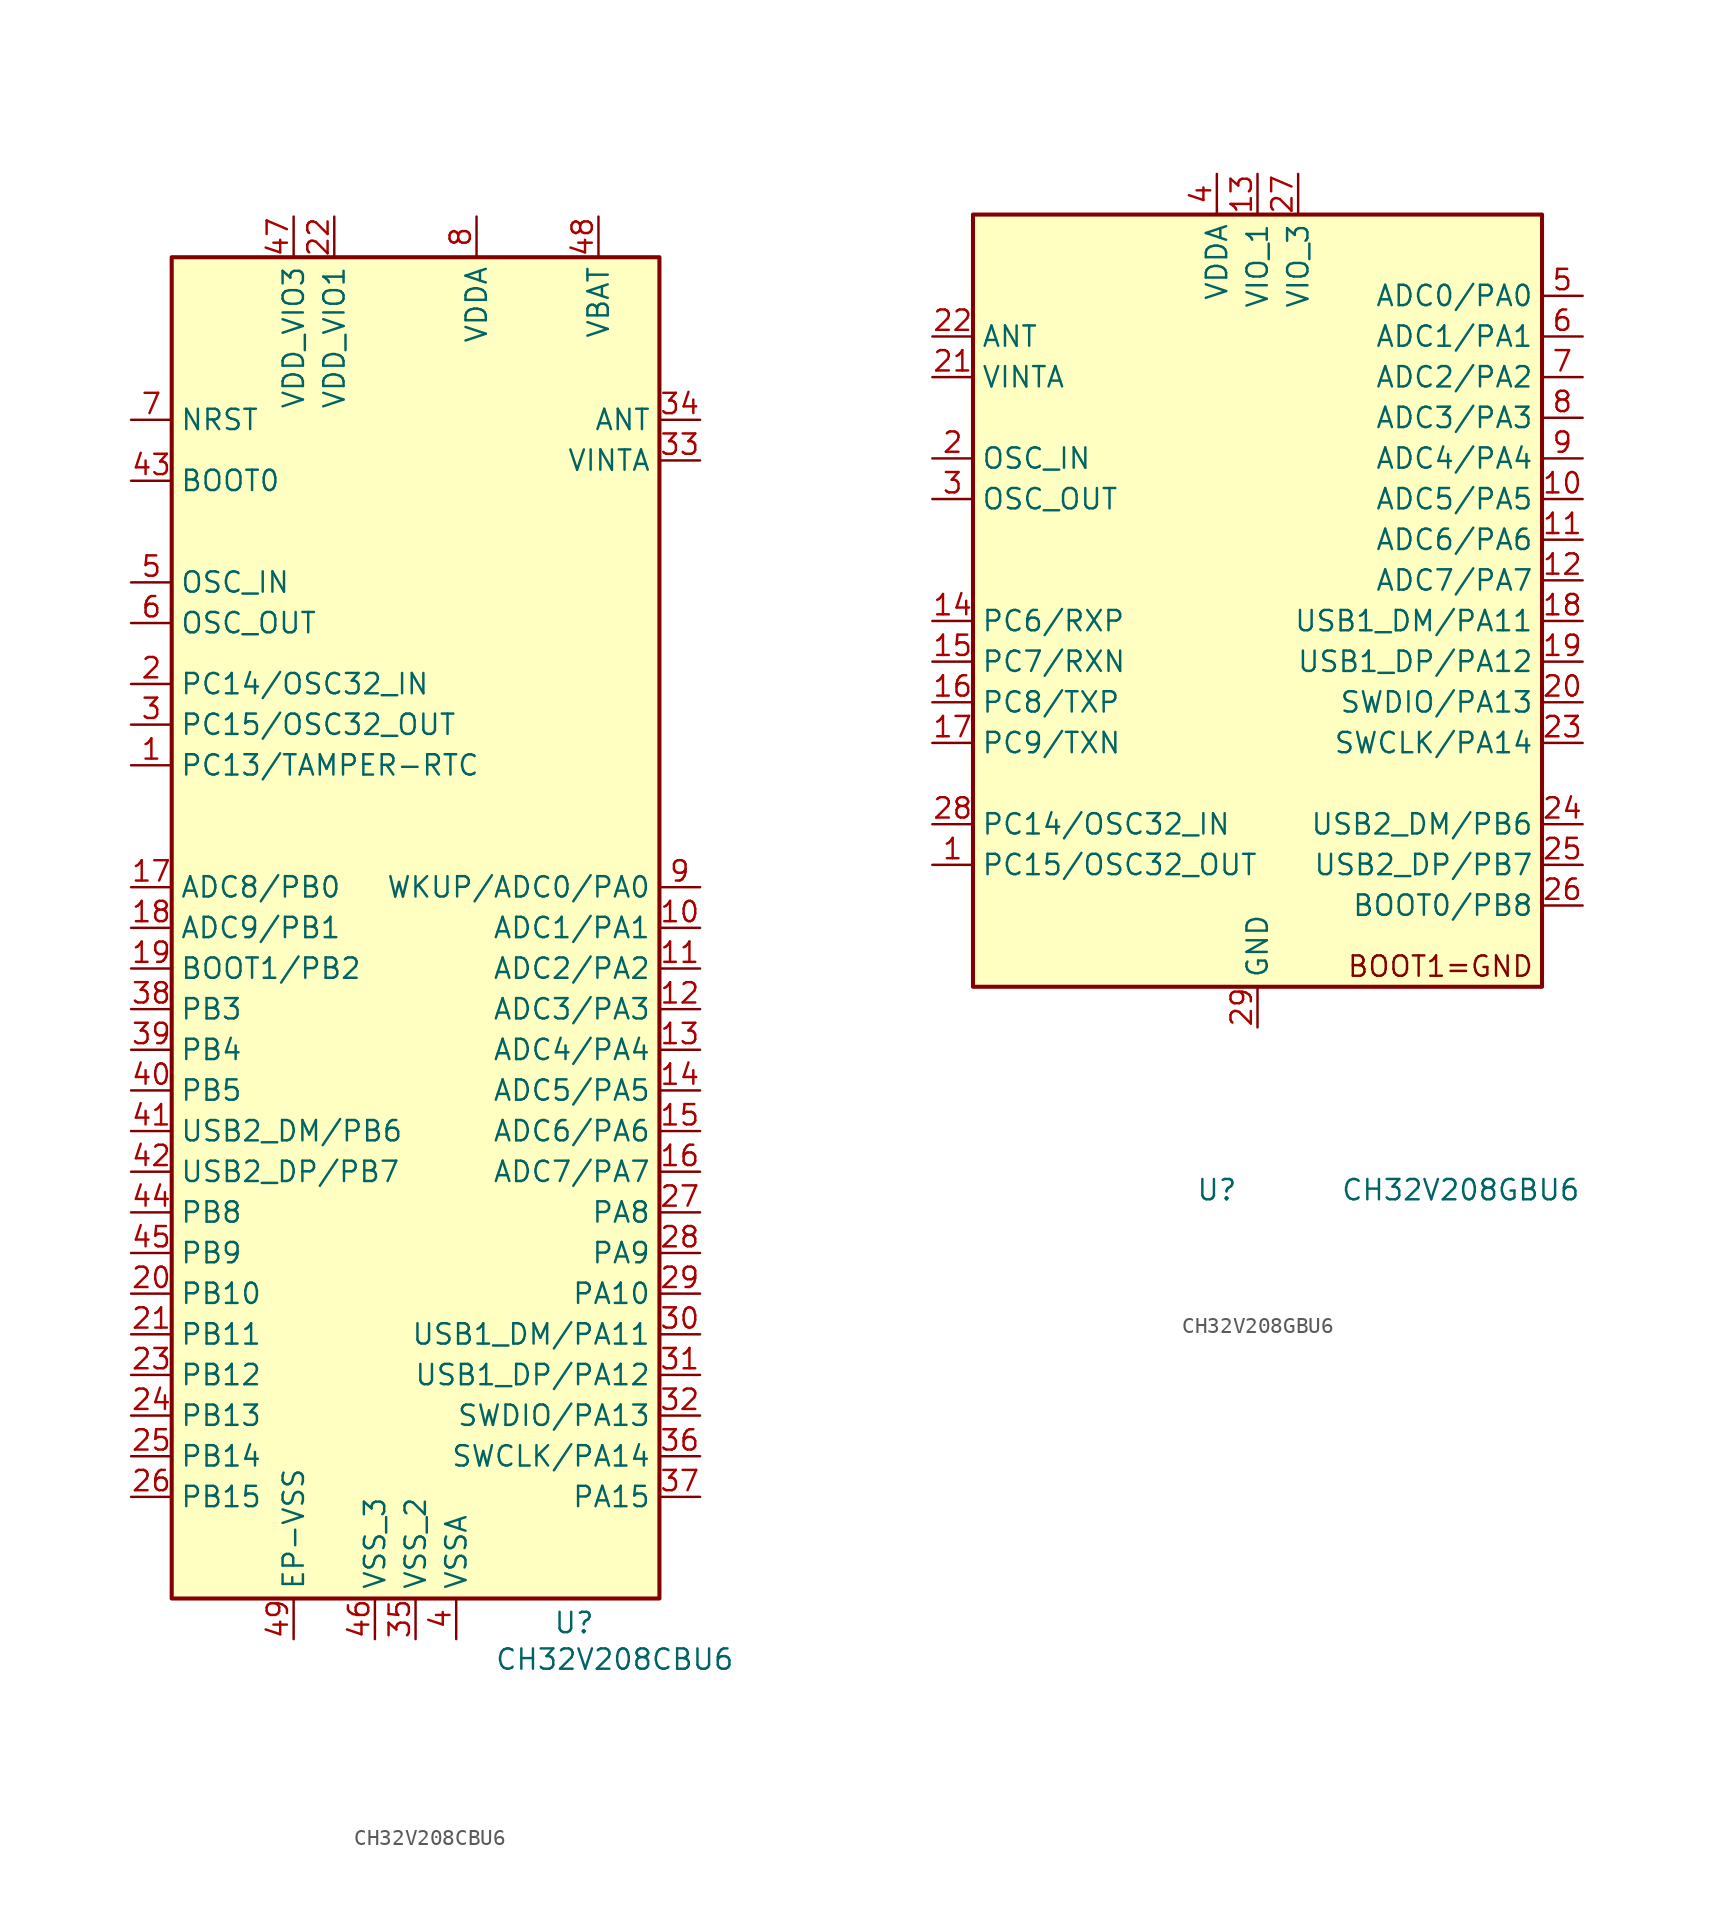
<source format=kicad_sym>
(kicad_symbol_lib
  (version 20231120)
  (generator "kicad_symbol_editor")
  (generator_version "8.0")
  (symbol "CH32V208CBU6"
    (property "Reference" "U"
      (at 12.446 -49.784 0)
      (effects (font (size 1.27 1.27))))
    (property "Value" "CH32V208CBU6"
      (at 14.986 -52.07 0)
      (effects (font (size 1.27 1.27))))
    (symbol "CH32V208CBU6_0_1"
      (rectangle (start -12.7 35.56) (end 17.78 -48.26) (stroke (width 0.254) (type default)) (fill (type background))))
    (symbol "CH32V208CBU6_1_0"
      (pin power_in line (at 0 -50.8 90) (length 2.54) (name "VSS_3" (effects (font (size 1.27 1.27)))) (number "46" (effects (font (size 1.27 1.27))))))
    (symbol "CH32V208CBU6_1_1"
      (pin bidirectional line (at -15.24 3.81 0) (length 2.54) (name "PC13/TAMPER-RTC" (effects (font (size 1.27 1.27)))) (number "1" (effects (font (size 1.27 1.27)))))
      (pin bidirectional line (at 20.32 -6.35 180) (length 2.54) (name "ADC1/PA1" (effects (font (size 1.27 1.27)))) (number "10" (effects (font (size 1.27 1.27)))))
      (pin bidirectional line (at 20.32 -8.89 180) (length 2.54) (name "ADC2/PA2" (effects (font (size 1.27 1.27)))) (number "11" (effects (font (size 1.27 1.27)))))
      (pin bidirectional line (at 20.32 -11.43 180) (length 2.54) (name "ADC3/PA3" (effects (font (size 1.27 1.27)))) (number "12" (effects (font (size 1.27 1.27)))))
      (pin bidirectional line (at 20.32 -13.97 180) (length 2.54) (name "ADC4/PA4" (effects (font (size 1.27 1.27)))) (number "13" (effects (font (size 1.27 1.27)))))
      (pin bidirectional line (at 20.32 -16.51 180) (length 2.54) (name "ADC5/PA5" (effects (font (size 1.27 1.27)))) (number "14" (effects (font (size 1.27 1.27)))))
      (pin bidirectional line (at 20.32 -19.05 180) (length 2.54) (name "ADC6/PA6" (effects (font (size 1.27 1.27)))) (number "15" (effects (font (size 1.27 1.27)))))
      (pin bidirectional line (at 20.32 -21.59 180) (length 2.54) (name "ADC7/PA7" (effects (font (size 1.27 1.27)))) (number "16" (effects (font (size 1.27 1.27)))))
      (pin bidirectional line (at -15.24 -3.81 0) (length 2.54) (name "ADC8/PB0" (effects (font (size 1.27 1.27)))) (number "17" (effects (font (size 1.27 1.27)))))
      (pin bidirectional line (at -15.24 -6.35 0) (length 2.54) (name "ADC9/PB1" (effects (font (size 1.27 1.27)))) (number "18" (effects (font (size 1.27 1.27)))))
      (pin bidirectional line (at -15.24 -8.89 0) (length 2.54) (name "BOOT1/PB2" (effects (font (size 1.27 1.27)))) (number "19" (effects (font (size 1.27 1.27)))))
      (pin bidirectional line (at -15.24 8.89 0) (length 2.54) (name "PC14/OSC32_IN" (effects (font (size 1.27 1.27)))) (number "2" (effects (font (size 1.27 1.27)))))
      (pin bidirectional line (at -15.24 -29.21 0) (length 2.54) (name "PB10" (effects (font (size 1.27 1.27)))) (number "20" (effects (font (size 1.27 1.27)))))
      (pin bidirectional line (at -15.24 -31.75 0) (length 2.54) (name "PB11" (effects (font (size 1.27 1.27)))) (number "21" (effects (font (size 1.27 1.27)))))
      (pin power_in line (at -2.54 38.1 270) (length 2.54) (name "VDD_VIO1" (effects (font (size 1.27 1.27)))) (number "22" (effects (font (size 1.27 1.27)))))
      (pin bidirectional line (at -15.24 -34.29 0) (length 2.54) (name "PB12" (effects (font (size 1.27 1.27)))) (number "23" (effects (font (size 1.27 1.27)))))
      (pin bidirectional line (at -15.24 -36.83 0) (length 2.54) (name "PB13" (effects (font (size 1.27 1.27)))) (number "24" (effects (font (size 1.27 1.27)))))
      (pin bidirectional line (at -15.24 -39.37 0) (length 2.54) (name "PB14" (effects (font (size 1.27 1.27)))) (number "25" (effects (font (size 1.27 1.27)))))
      (pin bidirectional line (at -15.24 -41.91 0) (length 2.54) (name "PB15" (effects (font (size 1.27 1.27)))) (number "26" (effects (font (size 1.27 1.27)))))
      (pin bidirectional line (at 20.32 -24.13 180) (length 2.54) (name "PA8" (effects (font (size 1.27 1.27)))) (number "27" (effects (font (size 1.27 1.27)))))
      (pin bidirectional line (at 20.32 -26.67 180) (length 2.54) (name "PA9" (effects (font (size 1.27 1.27)))) (number "28" (effects (font (size 1.27 1.27)))))
      (pin bidirectional line (at 20.32 -29.21 180) (length 2.54) (name "PA10" (effects (font (size 1.27 1.27)))) (number "29" (effects (font (size 1.27 1.27)))))
      (pin bidirectional line (at -15.24 6.35 0) (length 2.54) (name "PC15/OSC32_OUT" (effects (font (size 1.27 1.27)))) (number "3" (effects (font (size 1.27 1.27)))))
      (pin bidirectional line (at 20.32 -31.75 180) (length 2.54) (name "USB1_DM/PA11" (effects (font (size 1.27 1.27)))) (number "30" (effects (font (size 1.27 1.27)))))
      (pin bidirectional line (at 20.32 -34.29 180) (length 2.54) (name "USB1_DP/PA12" (effects (font (size 1.27 1.27)))) (number "31" (effects (font (size 1.27 1.27)))))
      (pin bidirectional line (at 20.32 -36.83 180) (length 2.54) (name "SWDIO/PA13" (effects (font (size 1.27 1.27)))) (number "32" (effects (font (size 1.27 1.27)))))
      (pin bidirectional line (at 20.32 22.86 180) (length 2.54) (name "VINTA" (effects (font (size 1.27 1.27)))) (number "33" (effects (font (size 1.27 1.27)))))
      (pin bidirectional line (at 20.32 25.4 180) (length 2.54) (name "ANT" (effects (font (size 1.27 1.27)))) (number "34" (effects (font (size 1.27 1.27)))))
      (pin power_in line (at 2.54 -50.8 90) (length 2.54) (name "VSS_2" (effects (font (size 1.27 1.27)))) (number "35" (effects (font (size 1.27 1.27)))))
      (pin bidirectional line (at 20.32 -39.37 180) (length 2.54) (name "SWCLK/PA14" (effects (font (size 1.27 1.27)))) (number "36" (effects (font (size 1.27 1.27)))))
      (pin bidirectional line (at 20.32 -41.91 180) (length 2.54) (name "PA15" (effects (font (size 1.27 1.27)))) (number "37" (effects (font (size 1.27 1.27)))))
      (pin bidirectional line (at -15.24 -11.43 0) (length 2.54) (name "PB3" (effects (font (size 1.27 1.27)))) (number "38" (effects (font (size 1.27 1.27)))))
      (pin bidirectional line (at -15.24 -13.97 0) (length 2.54) (name "PB4" (effects (font (size 1.27 1.27)))) (number "39" (effects (font (size 1.27 1.27)))))
      (pin power_in line (at 5.08 -50.8 90) (length 2.54) (name "VSSA" (effects (font (size 1.27 1.27)))) (number "4" (effects (font (size 1.27 1.27)))))
      (pin bidirectional line (at -15.24 -16.51 0) (length 2.54) (name "PB5" (effects (font (size 1.27 1.27)))) (number "40" (effects (font (size 1.27 1.27)))))
      (pin bidirectional line (at -15.24 -19.05 0) (length 2.54) (name "USB2_DM/PB6" (effects (font (size 1.27 1.27)))) (number "41" (effects (font (size 1.27 1.27)))))
      (pin bidirectional line (at -15.24 -21.59 0) (length 2.54) (name "USB2_DP/PB7" (effects (font (size 1.27 1.27)))) (number "42" (effects (font (size 1.27 1.27)))))
      (pin bidirectional line (at -15.24 21.59 0) (length 2.54) (name "BOOT0" (effects (font (size 1.27 1.27)))) (number "43" (effects (font (size 1.27 1.27)))))
      (pin bidirectional line (at -15.24 -24.13 0) (length 2.54) (name "PB8" (effects (font (size 1.27 1.27)))) (number "44" (effects (font (size 1.27 1.27)))))
      (pin bidirectional line (at -15.24 -26.67 0) (length 2.54) (name "PB9" (effects (font (size 1.27 1.27)))) (number "45" (effects (font (size 1.27 1.27)))))
      (pin power_in line (at -5.08 38.1 270) (length 2.54) (name "VDD_VIO3" (effects (font (size 1.27 1.27)))) (number "47" (effects (font (size 1.27 1.27)))))
      (pin power_in line (at 13.97 38.1 270) (length 2.54) (name "VBAT" (effects (font (size 1.27 1.27)))) (number "48" (effects (font (size 1.27 1.27)))))
      (pin power_in line (at -5.08 -50.8 90) (length 2.54) (name "EP-VSS" (effects (font (size 1.27 1.27)))) (number "49" (effects (font (size 1.27 1.27)))))
      (pin bidirectional line (at -15.24 15.24 0) (length 2.54) (name "OSC_IN" (effects (font (size 1.27 1.27)))) (number "5" (effects (font (size 1.27 1.27)))))
      (pin bidirectional line (at -15.24 12.7 0) (length 2.54) (name "OSC_OUT" (effects (font (size 1.27 1.27)))) (number "6" (effects (font (size 1.27 1.27)))))
      (pin bidirectional line (at -15.24 25.4 0) (length 2.54) (name "NRST" (effects (font (size 1.27 1.27)))) (number "7" (effects (font (size 1.27 1.27)))))
      (pin power_in line (at 6.35 38.1 270) (length 2.54) (name "VDDA" (effects (font (size 1.27 1.27)))) (number "8" (effects (font (size 1.27 1.27)))))
      (pin bidirectional line (at 20.32 -3.81 180) (length 2.54) (name "WKUP/ADC0/PA0" (effects (font (size 1.27 1.27)))) (number "9" (effects (font (size 1.27 1.27)))))))
  (symbol "CH32V208GBU6"
    (property "Reference" "U"
      (at -2.54 -35.56 0)
      (effects (font (size 1.27 1.27))))
    (property "Value" "CH32V208GBU6"
      (at 12.7 -35.56 0)
      (effects (font (size 1.27 1.27))))
    (symbol "CH32V208GBU6_0_1"
      (rectangle (start -17.78 25.4) (end 17.78 -22.86) (stroke (width 0.254) (type default)) (fill (type background))))
    (symbol "CH32V208GBU6_1_0"
      (text "BOOT1=GND" (at 11.43 -21.59 0) (effects (font (size 1.27 1.27)))))
    (symbol "CH32V208GBU6_1_1"
      (pin bidirectional line (at -20.32 -15.24 0) (length 2.54) (name "PC15/OSC32_OUT" (effects (font (size 1.27 1.27)))) (number "1" (effects (font (size 1.27 1.27)))))
      (pin bidirectional line (at 20.32 7.62 180) (length 2.54) (name "ADC5/PA5" (effects (font (size 1.27 1.27)))) (number "10" (effects (font (size 1.27 1.27)))))
      (pin bidirectional line (at 20.32 5.08 180) (length 2.54) (name "ADC6/PA6" (effects (font (size 1.27 1.27)))) (number "11" (effects (font (size 1.27 1.27)))))
      (pin bidirectional line (at 20.32 2.54 180) (length 2.54) (name "ADC7/PA7" (effects (font (size 1.27 1.27)))) (number "12" (effects (font (size 1.27 1.27)))))
      (pin power_in line (at 0 27.94 270) (length 2.54) (name "VIO_1" (effects (font (size 1.27 1.27)))) (number "13" (effects (font (size 1.27 1.27)))))
      (pin bidirectional line (at -20.32 0 0) (length 2.54) (name "PC6/RXP" (effects (font (size 1.27 1.27)))) (number "14" (effects (font (size 1.27 1.27)))))
      (pin bidirectional line (at -20.32 -2.54 0) (length 2.54) (name "PC7/RXN" (effects (font (size 1.27 1.27)))) (number "15" (effects (font (size 1.27 1.27)))))
      (pin bidirectional line (at -20.32 -5.08 0) (length 2.54) (name "PC8/TXP" (effects (font (size 1.27 1.27)))) (number "16" (effects (font (size 1.27 1.27)))))
      (pin bidirectional line (at -20.32 -7.62 0) (length 2.54) (name "PC9/TXN" (effects (font (size 1.27 1.27)))) (number "17" (effects (font (size 1.27 1.27)))))
      (pin bidirectional line (at 20.32 0 180) (length 2.54) (name "USB1_DM/PA11" (effects (font (size 1.27 1.27)))) (number "18" (effects (font (size 1.27 1.27)))))
      (pin bidirectional line (at 20.32 -2.54 180) (length 2.54) (name "USB1_DP/PA12" (effects (font (size 1.27 1.27)))) (number "19" (effects (font (size 1.27 1.27)))))
      (pin bidirectional line (at -20.32 10.16 0) (length 2.54) (name "OSC_IN" (effects (font (size 1.27 1.27)))) (number "2" (effects (font (size 1.27 1.27)))))
      (pin bidirectional line (at 20.32 -5.08 180) (length 2.54) (name "SWDIO/PA13" (effects (font (size 1.27 1.27)))) (number "20" (effects (font (size 1.27 1.27)))))
      (pin bidirectional line (at -20.32 15.24 0) (length 2.54) (name "VINTA" (effects (font (size 1.27 1.27)))) (number "21" (effects (font (size 1.27 1.27)))))
      (pin bidirectional line (at -20.32 17.78 0) (length 2.54) (name "ANT" (effects (font (size 1.27 1.27)))) (number "22" (effects (font (size 1.27 1.27)))))
      (pin bidirectional line (at 20.32 -7.62 180) (length 2.54) (name "SWCLK/PA14" (effects (font (size 1.27 1.27)))) (number "23" (effects (font (size 1.27 1.27)))))
      (pin bidirectional line (at 20.32 -12.7 180) (length 2.54) (name "USB2_DM/PB6" (effects (font (size 1.27 1.27)))) (number "24" (effects (font (size 1.27 1.27)))))
      (pin bidirectional line (at 20.32 -15.24 180) (length 2.54) (name "USB2_DP/PB7" (effects (font (size 1.27 1.27)))) (number "25" (effects (font (size 1.27 1.27)))))
      (pin bidirectional line (at 20.32 -17.78 180) (length 2.54) (name "BOOT0/PB8" (effects (font (size 1.27 1.27)))) (number "26" (effects (font (size 1.27 1.27)))))
      (pin power_in line (at 2.54 27.94 270) (length 2.54) (name "VIO_3" (effects (font (size 1.27 1.27)))) (number "27" (effects (font (size 1.27 1.27)))))
      (pin bidirectional line (at -20.32 -12.7 0) (length 2.54) (name "PC14/OSC32_IN" (effects (font (size 1.27 1.27)))) (number "28" (effects (font (size 1.27 1.27)))))
      (pin power_in line (at 0 -25.4 90) (length 2.54) (name "GND" (effects (font (size 1.27 1.27)))) (number "29" (effects (font (size 1.27 1.27)))))
      (pin bidirectional line (at -20.32 7.62 0) (length 2.54) (name "OSC_OUT" (effects (font (size 1.27 1.27)))) (number "3" (effects (font (size 1.27 1.27)))))
      (pin power_in line (at -2.54 27.94 270) (length 2.54) (name "VDDA" (effects (font (size 1.27 1.27)))) (number "4" (effects (font (size 1.27 1.27)))))
      (pin bidirectional line (at 20.32 20.32 180) (length 2.54) (name "ADC0/PA0" (effects (font (size 1.27 1.27)))) (number "5" (effects (font (size 1.27 1.27)))))
      (pin bidirectional line (at 20.32 17.78 180) (length 2.54) (name "ADC1/PA1" (effects (font (size 1.27 1.27)))) (number "6" (effects (font (size 1.27 1.27)))))
      (pin bidirectional line (at 20.32 15.24 180) (length 2.54) (name "ADC2/PA2" (effects (font (size 1.27 1.27)))) (number "7" (effects (font (size 1.27 1.27)))))
      (pin bidirectional line (at 20.32 12.7 180) (length 2.54) (name "ADC3/PA3" (effects (font (size 1.27 1.27)))) (number "8" (effects (font (size 1.27 1.27)))))
      (pin bidirectional line (at 20.32 10.16 180) (length 2.54) (name "ADC4/PA4" (effects (font (size 1.27 1.27)))) (number "9" (effects (font (size 1.27 1.27))))))))
</source>
